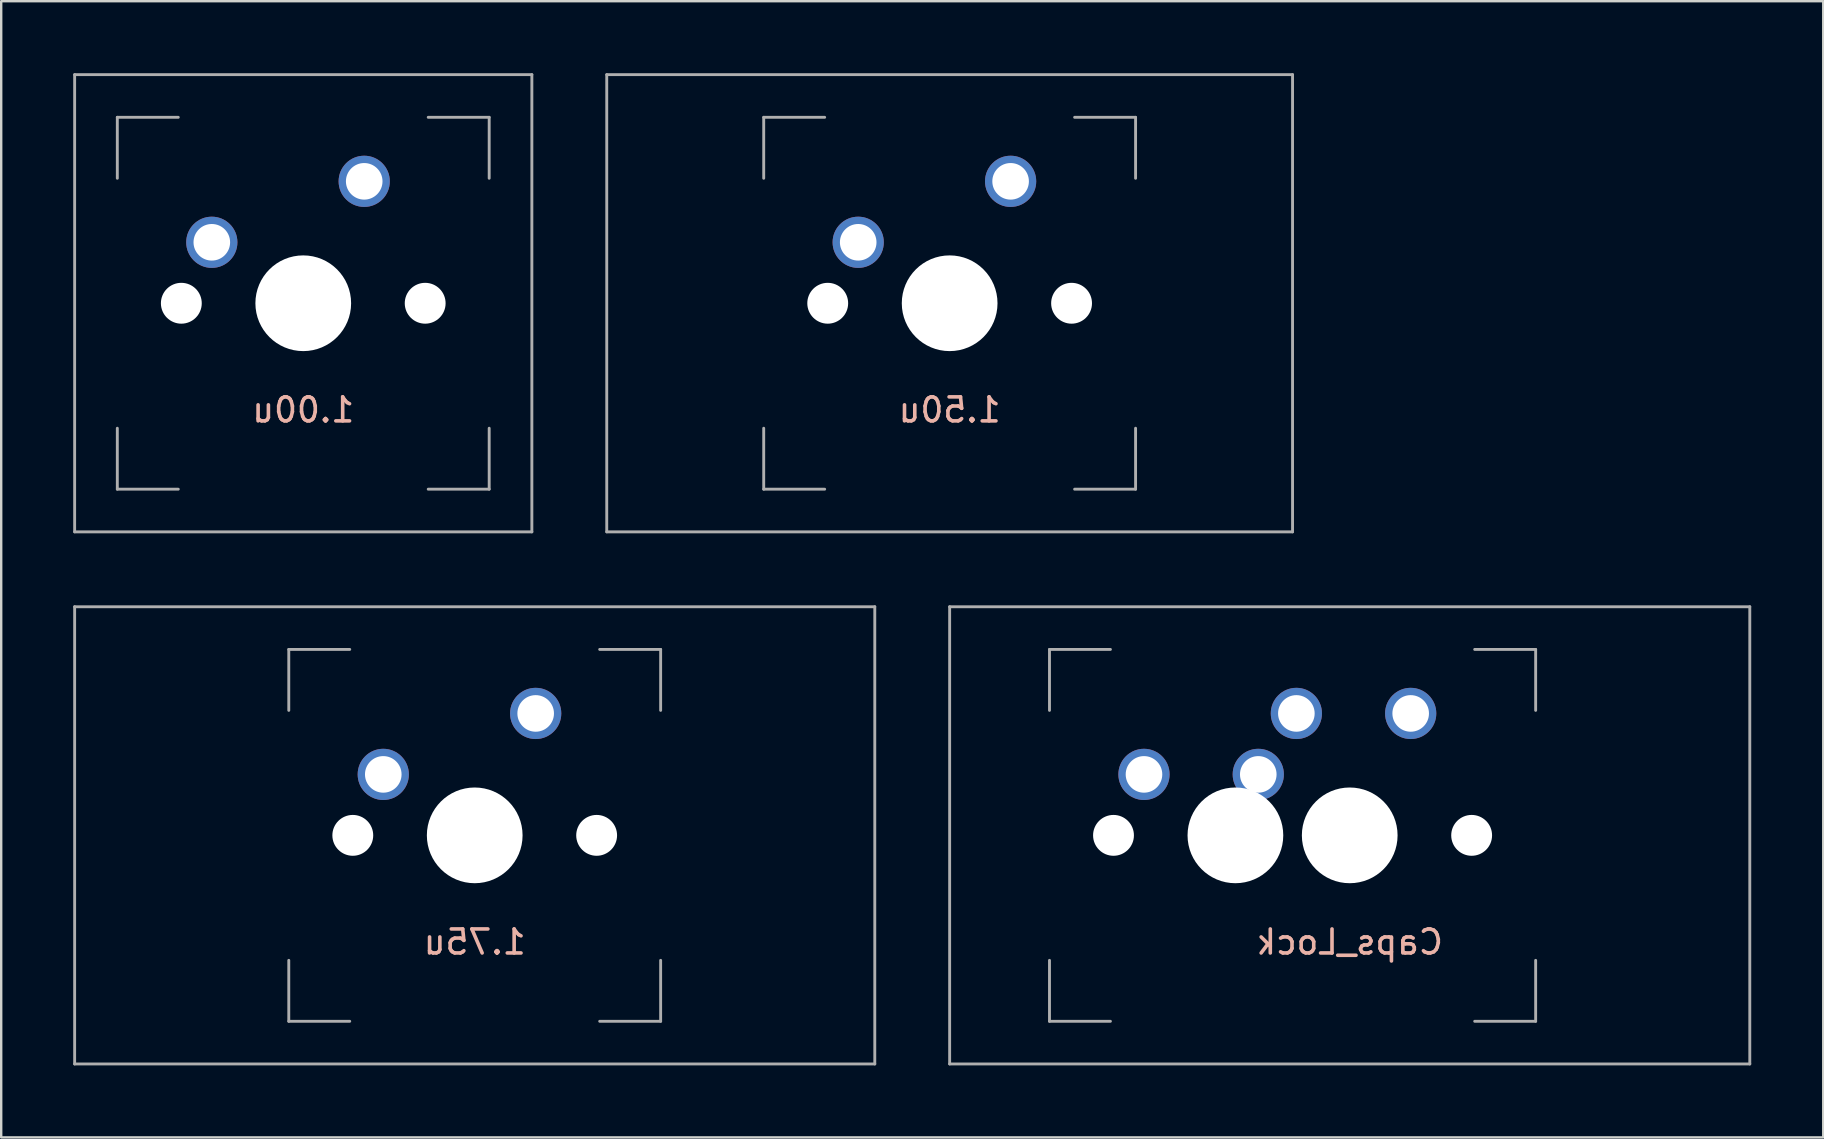
<source format=kicad_pcb>
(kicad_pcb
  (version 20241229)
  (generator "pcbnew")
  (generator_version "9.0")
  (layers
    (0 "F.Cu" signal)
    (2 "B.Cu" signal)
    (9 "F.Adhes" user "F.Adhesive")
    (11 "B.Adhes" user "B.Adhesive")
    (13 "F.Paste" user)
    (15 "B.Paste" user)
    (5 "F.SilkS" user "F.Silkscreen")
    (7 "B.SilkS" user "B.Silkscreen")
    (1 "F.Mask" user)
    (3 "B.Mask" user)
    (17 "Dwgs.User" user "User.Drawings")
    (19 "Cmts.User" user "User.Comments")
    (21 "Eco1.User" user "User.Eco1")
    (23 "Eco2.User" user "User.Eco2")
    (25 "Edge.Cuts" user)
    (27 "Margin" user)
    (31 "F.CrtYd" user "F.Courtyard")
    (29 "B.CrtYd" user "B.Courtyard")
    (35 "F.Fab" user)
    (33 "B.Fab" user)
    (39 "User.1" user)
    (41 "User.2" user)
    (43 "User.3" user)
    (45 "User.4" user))
  (footprint "Caps_Lock"
    (layer "F.Cu")
    (at 53.186 31.755)
    (property "Reference" "Caps_Lock" (at 0 4.445 0) (layer "B.SilkS") (effects (font (size 1 1) (thickness 0.15)) (justify mirror)))
    (attr through_hole)
    (fp_line (start -16.669 -9.525) (end -16.669 9.525) (stroke (width 0.12) (type solid)) (layer "F.Fab"))
    (fp_line (start -16.669 9.525) (end 16.669 9.525) (stroke (width 0.12) (type solid)) (layer "F.Fab"))
    (fp_line (start -12.509 -7.747) (end -12.509 -5.207) (stroke (width 0.12) (type solid)) (layer "F.Fab"))
    (fp_line (start -12.509 -7.747) (end -9.97 -7.747) (stroke (width 0.12) (type solid)) (layer "F.Fab"))
    (fp_line (start -12.509 7.747) (end -12.509 5.207) (stroke (width 0.12) (type solid)) (layer "F.Fab"))
    (fp_line (start -12.509 7.747) (end -9.97 7.747) (stroke (width 0.12) (type solid)) (layer "F.Fab"))
    (fp_line (start 7.747 -7.747) (end 5.207 -7.747) (stroke (width 0.12) (type solid)) (layer "F.Fab"))
    (fp_line (start 7.747 -7.747) (end 7.747 -5.207) (stroke (width 0.12) (type solid)) (layer "F.Fab"))
    (fp_line (start 7.747 7.747) (end 5.207 7.747) (stroke (width 0.12) (type solid)) (layer "F.Fab"))
    (fp_line (start 7.747 7.747) (end 7.747 5.207) (stroke (width 0.12) (type solid)) (layer "F.Fab"))
    (fp_line (start 16.669 -9.525) (end -16.669 -9.525) (stroke (width 0.12) (type solid)) (layer "F.Fab"))
    (fp_line (start 16.669 9.525) (end 16.669 -9.525) (stroke (width 0.12) (type solid)) (layer "F.Fab"))
    (pad "" np_thru_hole circle (at -9.842 0) (size 1.702 1.702) (drill 1.702) (layers "*.Cu" "*.Mask"))
    (pad "" np_thru_hole circle (at -4.763 0) (size 3.988 3.988) (drill 3.988) (layers "*.Cu" "*.Mask"))
    (pad "" np_thru_hole circle (at 0 0) (size 3.988 3.988) (drill 3.988) (layers "*.Cu" "*.Mask"))
    (pad "" np_thru_hole circle (at 5.08 0) (size 1.702 1.702) (drill 1.702) (layers "*.Cu" "*.Mask"))
    (pad "1" thru_hole circle (at -8.572 -2.54) (size 2.134 2.134) (drill 1.524) (layers "*.Cu" "*.Mask"))
    (pad "1" thru_hole circle (at -3.81 -2.54) (size 2.134 2.134) (drill 1.524) (layers "*.Cu" "*.Mask"))
    (pad "2" thru_hole circle (at -2.223 -5.08) (size 2.134 2.134) (drill 1.524) (layers "*.Cu" "*.Mask"))
    (pad "2" thru_hole circle (at 2.54 -5.08) (size 2.134 2.134) (drill 1.524) (layers "*.Cu" "*.Mask")))
  (footprint "1.75u"
    (layer "F.Cu")
    (at 16.729 31.755)
    (property "Reference" "1.75u" (at 0 4.445 0) (layer "B.SilkS") (effects (font (size 1 1) (thickness 0.15)) (justify mirror)))
    (attr through_hole)
    (fp_line (start -16.669 -9.525) (end 16.669 -9.525) (stroke (width 0.12) (type solid)) (layer "F.Fab"))
    (fp_line (start -16.669 9.525) (end -16.669 -9.525) (stroke (width 0.12) (type solid)) (layer "F.Fab"))
    (fp_line (start -7.747 -7.747) (end -7.747 -5.207) (stroke (width 0.12) (type solid)) (layer "F.Fab"))
    (fp_line (start -7.747 -7.747) (end -5.207 -7.747) (stroke (width 0.12) (type solid)) (layer "F.Fab"))
    (fp_line (start -7.747 7.747) (end -7.747 5.207) (stroke (width 0.12) (type solid)) (layer "F.Fab"))
    (fp_line (start -7.747 7.747) (end -5.207 7.747) (stroke (width 0.12) (type solid)) (layer "F.Fab"))
    (fp_line (start 7.747 -7.747) (end 5.207 -7.747) (stroke (width 0.12) (type solid)) (layer "F.Fab"))
    (fp_line (start 7.747 -7.747) (end 7.747 -5.207) (stroke (width 0.12) (type solid)) (layer "F.Fab"))
    (fp_line (start 7.747 7.747) (end 5.207 7.747) (stroke (width 0.12) (type solid)) (layer "F.Fab"))
    (fp_line (start 7.747 7.747) (end 7.747 5.207) (stroke (width 0.12) (type solid)) (layer "F.Fab"))
    (fp_line (start 16.669 -9.525) (end 16.669 9.525) (stroke (width 0.12) (type solid)) (layer "F.Fab"))
    (fp_line (start 16.669 9.525) (end -16.669 9.525) (stroke (width 0.12) (type solid)) (layer "F.Fab"))
    (pad "" np_thru_hole circle (at -5.08 0) (size 1.702 1.702) (drill 1.702) (layers "*.Cu" "*.Mask"))
    (pad "" np_thru_hole circle (at 0 0) (size 3.988 3.988) (drill 3.988) (layers "*.Cu" "*.Mask"))
    (pad "" np_thru_hole circle (at 5.08 0) (size 1.702 1.702) (drill 1.702) (layers "*.Cu" "*.Mask"))
    (pad "1" thru_hole circle (at -3.81 -2.54) (size 2.134 2.134) (drill 1.524) (layers "*.Cu" "*.Mask"))
    (pad "2" thru_hole circle (at 2.54 -5.08) (size 2.134 2.134) (drill 1.524) (layers "*.Cu" "*.Mask")))
  (footprint "1.50u"
    (layer "F.Cu")
    (at 36.517 9.585)
    (property "Reference" "1.50u" (at 0 4.445 0) (layer "B.SilkS") (effects (font (size 1 1) (thickness 0.15)) (justify mirror)))
    (attr through_hole)
    (fp_line (start -14.287 -9.525) (end 14.287 -9.525) (stroke (width 0.12) (type solid)) (layer "F.Fab"))
    (fp_line (start -14.287 9.525) (end -14.287 -9.525) (stroke (width 0.12) (type solid)) (layer "F.Fab"))
    (fp_line (start -7.747 -7.747) (end -7.747 -5.207) (stroke (width 0.12) (type solid)) (layer "F.Fab"))
    (fp_line (start -7.747 -7.747) (end -5.207 -7.747) (stroke (width 0.12) (type solid)) (layer "F.Fab"))
    (fp_line (start -7.747 7.747) (end -7.747 5.207) (stroke (width 0.12) (type solid)) (layer "F.Fab"))
    (fp_line (start -7.747 7.747) (end -5.207 7.747) (stroke (width 0.12) (type solid)) (layer "F.Fab"))
    (fp_line (start 7.747 -7.747) (end 5.207 -7.747) (stroke (width 0.12) (type solid)) (layer "F.Fab"))
    (fp_line (start 7.747 -7.747) (end 7.747 -5.207) (stroke (width 0.12) (type solid)) (layer "F.Fab"))
    (fp_line (start 7.747 7.747) (end 5.207 7.747) (stroke (width 0.12) (type solid)) (layer "F.Fab"))
    (fp_line (start 7.747 7.747) (end 7.747 5.207) (stroke (width 0.12) (type solid)) (layer "F.Fab"))
    (fp_line (start 14.287 -9.525) (end 14.287 9.525) (stroke (width 0.12) (type solid)) (layer "F.Fab"))
    (fp_line (start 14.287 9.525) (end -14.287 9.525) (stroke (width 0.12) (type solid)) (layer "F.Fab"))
    (pad "" np_thru_hole circle (at -5.08 0) (size 1.702 1.702) (drill 1.702) (layers "*.Cu" "*.Mask"))
    (pad "" np_thru_hole circle (at 0 0) (size 3.988 3.988) (drill 3.988) (layers "*.Cu" "*.Mask"))
    (pad "" np_thru_hole circle (at 5.08 0) (size 1.702 1.702) (drill 1.702) (layers "*.Cu" "*.Mask"))
    (pad "1" thru_hole circle (at -3.81 -2.54) (size 2.134 2.134) (drill 1.524) (layers "*.Cu" "*.Mask"))
    (pad "2" thru_hole circle (at 2.54 -5.08) (size 2.134 2.134) (drill 1.524) (layers "*.Cu" "*.Mask")))
  (footprint "1.00u"
    (layer "F.Cu")
    (at 9.585 9.585)
    (property "Reference" "1.00u" (at 0 4.445 0) (layer "B.SilkS") (effects (font (size 1 1) (thickness 0.15)) (justify mirror)))
    (attr through_hole)
    (fp_line (start -9.525 -9.525) (end 9.525 -9.525) (stroke (width 0.12) (type solid)) (layer "F.Fab"))
    (fp_line (start -9.525 9.525) (end -9.525 -9.525) (stroke (width 0.12) (type solid)) (layer "F.Fab"))
    (fp_line (start -7.747 -7.747) (end -7.747 -5.207) (stroke (width 0.12) (type solid)) (layer "F.Fab"))
    (fp_line (start -7.747 -7.747) (end -5.207 -7.747) (stroke (width 0.12) (type solid)) (layer "F.Fab"))
    (fp_line (start -7.747 7.747) (end -7.747 5.207) (stroke (width 0.12) (type solid)) (layer "F.Fab"))
    (fp_line (start -7.747 7.747) (end -5.207 7.747) (stroke (width 0.12) (type solid)) (layer "F.Fab"))
    (fp_line (start 7.747 -7.747) (end 5.207 -7.747) (stroke (width 0.12) (type solid)) (layer "F.Fab"))
    (fp_line (start 7.747 -7.747) (end 7.747 -5.207) (stroke (width 0.12) (type solid)) (layer "F.Fab"))
    (fp_line (start 7.747 7.747) (end 5.207 7.747) (stroke (width 0.12) (type solid)) (layer "F.Fab"))
    (fp_line (start 7.747 7.747) (end 7.747 5.207) (stroke (width 0.12) (type solid)) (layer "F.Fab"))
    (fp_line (start 9.525 -9.525) (end 9.525 9.525) (stroke (width 0.12) (type solid)) (layer "F.Fab"))
    (fp_line (start 9.525 9.525) (end -9.525 9.525) (stroke (width 0.12) (type solid)) (layer "F.Fab"))
    (pad "" np_thru_hole circle (at -5.08 0) (size 1.702 1.702) (drill 1.702) (layers "*.Cu" "*.Mask"))
    (pad "" np_thru_hole circle (at 0 0) (size 3.988 3.988) (drill 3.988) (layers "*.Cu" "*.Mask"))
    (pad "" np_thru_hole circle (at 5.08 0) (size 1.702 1.702) (drill 1.702) (layers "*.Cu" "*.Mask"))
    (pad "1" thru_hole circle (at -3.81 -2.54) (size 2.134 2.134) (drill 1.524) (layers "*.Cu" "*.Mask"))
    (pad "2" thru_hole circle (at 2.54 -5.08) (size 2.134 2.134) (drill 1.524) (layers "*.Cu" "*.Mask")))
  (gr_rect
    (start -3 -3)
    (end 72.915 44.34)
    (stroke (width 0.1) (type default))
    (fill no)
    (layer "Edge.Cuts")))
</source>
